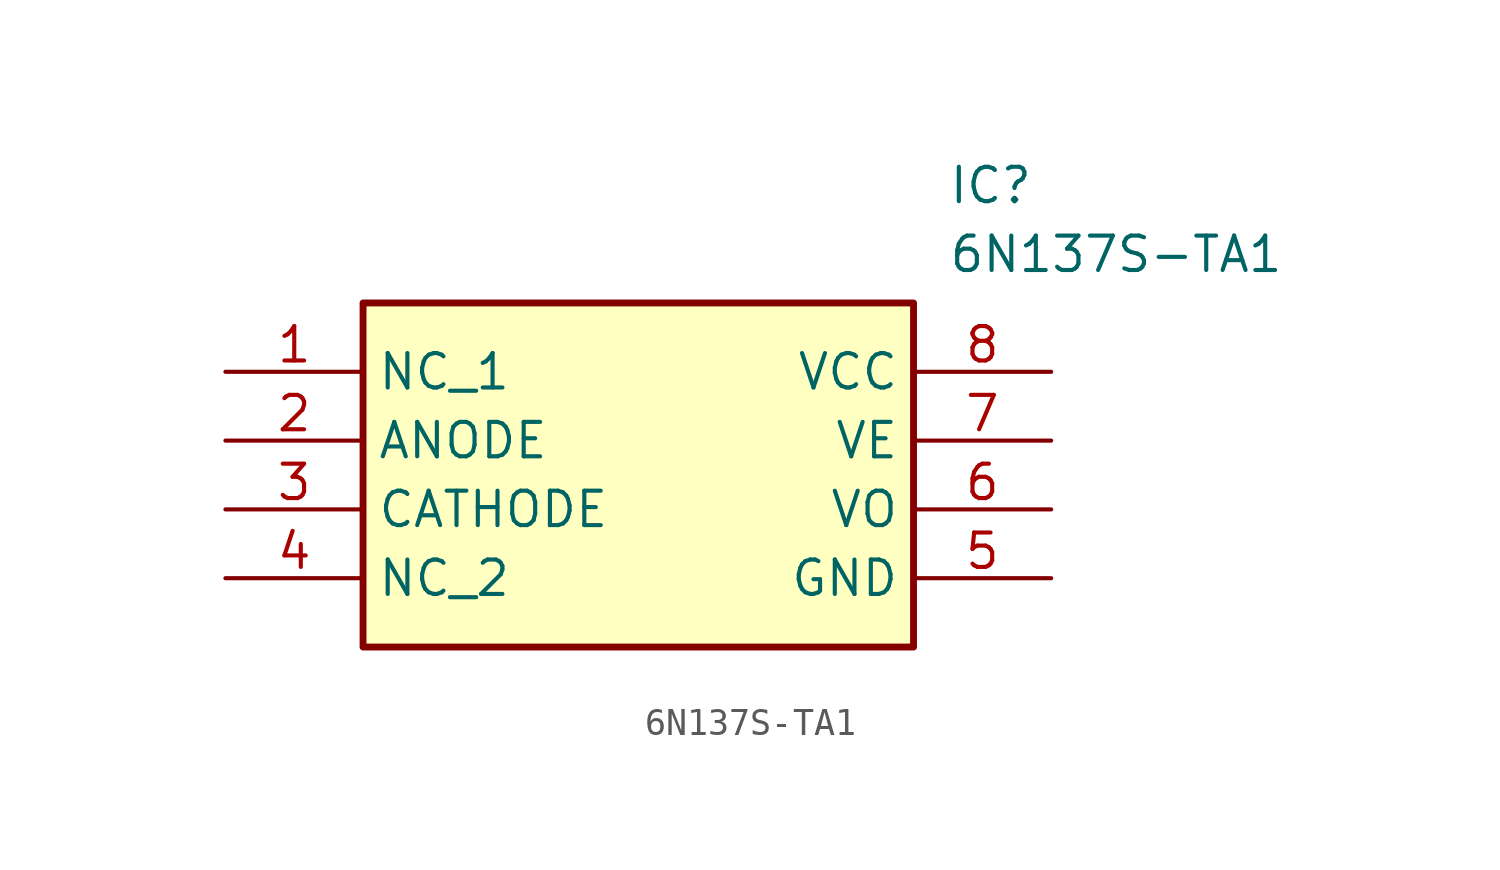
<source format=kicad_sym>
(kicad_symbol_lib
  (version 20211014)
  (generator SamacSys_ECAD_Model)
  (symbol "6N137S-TA1"
    (property "Reference" "IC"
      (at 26.67 7.62 0)
      (effects (font (size 1.27 1.27)) (justify left top)))
    (property "Value" "6N137S-TA1"
      (at 26.67 5.08 0)
      (effects (font (size 1.27 1.27)) (justify left top)))
    (rectangle
      (start 5.08 2.54)
      (end 25.4 -10.16)
      (stroke (width 0.254) (type default))
      (fill (type background)))
    (pin passive line
      (at 0 0 0)
      (length 5.08)
      (name "NC_1" (effects (font (size 1.27 1.27))))
      (number "1" (effects (font (size 1.27 1.27)))))
    (pin passive line
      (at 0 -2.54 0)
      (length 5.08)
      (name "ANODE" (effects (font (size 1.27 1.27))))
      (number "2" (effects (font (size 1.27 1.27)))))
    (pin passive line
      (at 0 -5.08 0)
      (length 5.08)
      (name "CATHODE" (effects (font (size 1.27 1.27))))
      (number "3" (effects (font (size 1.27 1.27)))))
    (pin passive line
      (at 0 -7.62 0)
      (length 5.08)
      (name "NC_2" (effects (font (size 1.27 1.27))))
      (number "4" (effects (font (size 1.27 1.27)))))
    (pin passive line
      (at 30.48 0 180)
      (length 5.08)
      (name "VCC" (effects (font (size 1.27 1.27))))
      (number "8" (effects (font (size 1.27 1.27)))))
    (pin passive line
      (at 30.48 -2.54 180)
      (length 5.08)
      (name "VE" (effects (font (size 1.27 1.27))))
      (number "7" (effects (font (size 1.27 1.27)))))
    (pin passive line
      (at 30.48 -5.08 180)
      (length 5.08)
      (name "VO" (effects (font (size 1.27 1.27))))
      (number "6" (effects (font (size 1.27 1.27)))))
    (pin passive line
      (at 30.48 -7.62 180)
      (length 5.08)
      (name "GND" (effects (font (size 1.27 1.27))))
      (number "5" (effects (font (size 1.27 1.27)))))))
</source>
